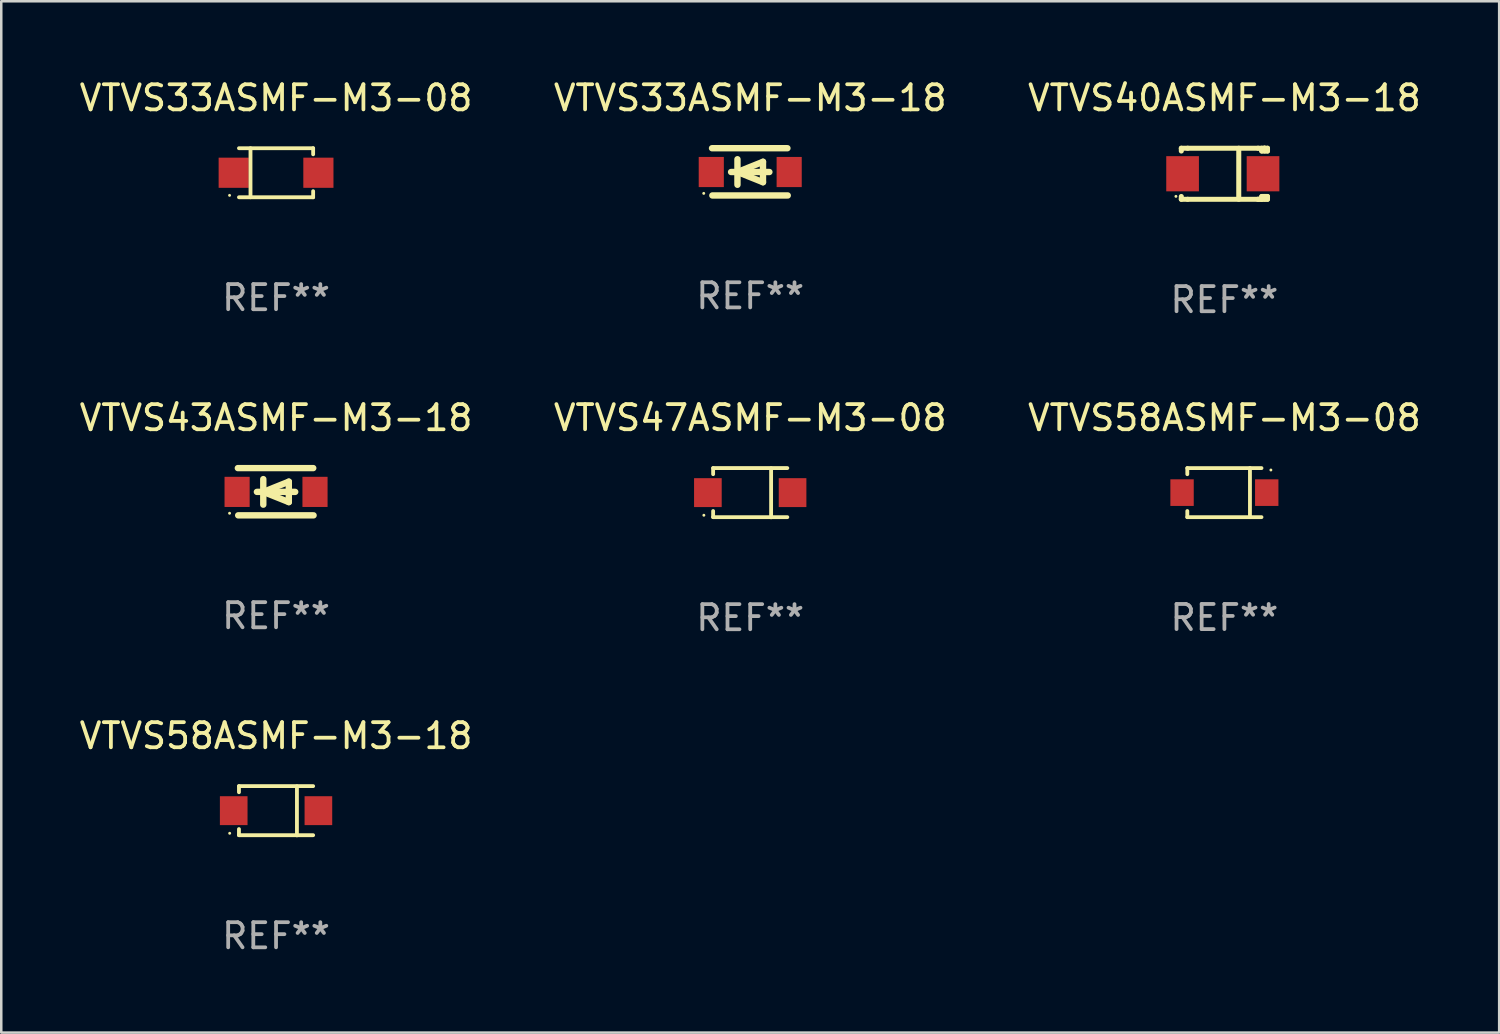
<source format=kicad_pcb>
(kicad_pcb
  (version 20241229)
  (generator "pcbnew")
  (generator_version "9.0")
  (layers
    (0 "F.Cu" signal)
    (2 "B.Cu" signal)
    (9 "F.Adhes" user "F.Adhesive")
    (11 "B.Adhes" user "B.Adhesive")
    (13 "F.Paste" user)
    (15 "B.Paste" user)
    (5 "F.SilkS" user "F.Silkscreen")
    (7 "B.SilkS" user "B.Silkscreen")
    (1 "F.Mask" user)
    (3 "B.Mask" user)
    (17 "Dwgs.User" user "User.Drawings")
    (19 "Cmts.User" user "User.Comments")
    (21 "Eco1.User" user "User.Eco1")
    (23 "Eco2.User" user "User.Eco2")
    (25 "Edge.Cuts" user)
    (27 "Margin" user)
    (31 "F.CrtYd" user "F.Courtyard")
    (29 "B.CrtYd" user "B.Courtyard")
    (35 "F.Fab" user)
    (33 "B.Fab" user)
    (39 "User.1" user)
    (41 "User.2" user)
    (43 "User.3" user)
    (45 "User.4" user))
  (footprint "VTVS58ASMF-M3-18"
    (layer "F.Cu")
    (at 7.935 29.212)
    (property "Reference" "VTVS58ASMF-M3-18" (at 0 -2.98 0) (layer "F.SilkS") (effects (font (size 1 1) (thickness 0.15))))
    (attr through_hole)
    (fp_line (start -1.476 -0.98) (end -1.476 -0.737) (stroke (width 0.152) (type solid)) (layer "F.SilkS"))
    (fp_line (start -1.476 0.973) (end -1.476 0.73) (stroke (width 0.152) (type solid)) (layer "F.SilkS"))
    (fp_line (start 0.831 0.98) (end 0.831 -0.973) (stroke (width 0.152) (type solid)) (layer "F.SilkS"))
    (fp_line (start 1.476 -0.98) (end -1.476 -0.98) (stroke (width 0.152) (type solid)) (layer "F.SilkS"))
    (fp_line (start 1.476 0.973) (end -1.476 0.973) (stroke (width 0.152) (type solid)) (layer "F.SilkS"))
    (fp_circle (center -1.845 0.897) (end -1.815 0.897) (stroke (width 0.06) (type solid)) (fill no) (layer "F.SilkS"))
    (fp_text user "REF**" (at 0 4.98 0) (layer "F.Fab") (effects (font (size 1 1) (thickness 0.15))))
    (pad "1" smd rect (at -1.685 -0.003) (size 1.1 1.15) (layers "F.Cu" "F.Mask" "F.Paste"))
    (pad "2" smd rect (at 1.685 -0.003) (size 1.1 1.15) (layers "F.Cu" "F.Mask" "F.Paste")))
  (footprint "VTVS33ASMF-M3-18"
    (layer "F.Cu")
    (at 26.804 3.788)
    (property "Reference" "VTVS33ASMF-M3-18" (at 0 -2.94 0) (layer "F.SilkS") (effects (font (size 1 1) (thickness 0.15))))
    (attr through_hole)
    (fp_line (start -1.52 -0.94) (end 1.48 -0.94) (stroke (width 0.254) (type solid)) (layer "F.SilkS"))
    (fp_line (start -1.507 0.94) (end 1.493 0.94) (stroke (width 0.254) (type solid)) (layer "F.SilkS"))
    (fp_line (start -0.762 0.007) (end 0.762 0.007) (stroke (width 0.254) (type solid)) (layer "F.SilkS"))
    (fp_line (start -0.508 -0.501) (end -0.508 0.515) (stroke (width 0.254) (type solid)) (layer "F.SilkS"))
    (fp_line (start -0.508 0.007) (end 0.508 -0.4) (stroke (width 0.254) (type solid)) (layer "F.SilkS"))
    (fp_line (start 0.508 -0.4) (end 0.508 0.413) (stroke (width 0.254) (type solid)) (layer "F.SilkS"))
    (fp_line (start 0.508 0.413) (end -0.508 0.007) (stroke (width 0.254) (type solid)) (layer "F.SilkS"))
    (fp_circle (center -1.85 0.857) (end -1.82 0.857) (stroke (width 0.06) (type solid)) (fill no) (layer "F.SilkS"))
    (fp_text user "REF**" (at 0 4.94 0) (layer "F.Fab") (effects (font (size 1 1) (thickness 0.15))))
    (pad "1" smd rect (at -1.55 0.007) (size 1 1.2) (layers "F.Cu" "F.Mask" "F.Paste"))
    (pad "2" smd rect (at 1.55 0.007) (size 1 1.2) (layers "F.Cu" "F.Mask" "F.Paste")))
  (footprint "VTVS58ASMF-M3-08"
    (layer "F.Cu")
    (at 45.673 16.553)
    (property "Reference" "VTVS58ASMF-M3-08" (at 0 -2.976 0) (layer "F.SilkS") (effects (font (size 1 1) (thickness 0.15))))
    (attr through_hole)
    (fp_line (start -1.476 -0.976) (end -1.476 -0.733) (stroke (width 0.152) (type solid)) (layer "F.SilkS"))
    (fp_line (start -1.476 0.976) (end -1.476 0.733) (stroke (width 0.152) (type solid)) (layer "F.SilkS"))
    (fp_line (start 1.017 0.976) (end 1.017 -0.976) (stroke (width 0.152) (type solid)) (layer "F.SilkS"))
    (fp_line (start 1.476 -0.976) (end -1.476 -0.976) (stroke (width 0.152) (type solid)) (layer "F.SilkS"))
    (fp_line (start 1.476 0.976) (end -1.476 0.976) (stroke (width 0.152) (type solid)) (layer "F.SilkS"))
    (fp_circle (center 1.85 -0.9) (end 1.88 -0.9) (stroke (width 0.06) (type solid)) (fill no) (layer "F.SilkS"))
    (fp_text user "REF**" (at 0 4.976 0) (layer "F.Fab") (effects (font (size 1 1) (thickness 0.15))))
    (pad "1" smd rect (at 1.685 0 180) (size 0.93 1.06) (layers "F.Cu" "F.Mask" "F.Paste"))
    (pad "2" smd rect (at -1.685 0 180) (size 0.93 1.06) (layers "F.Cu" "F.Mask" "F.Paste")))
  (footprint "VTVS47ASMF-M3-08"
    (layer "F.Cu")
    (at 26.804 16.556)
    (property "Reference" "VTVS47ASMF-M3-08" (at 0 -2.98 0) (layer "F.SilkS") (effects (font (size 1 1) (thickness 0.15))))
    (attr through_hole)
    (fp_line (start -1.476 -0.98) (end -1.476 -0.737) (stroke (width 0.152) (type solid)) (layer "F.SilkS"))
    (fp_line (start -1.476 0.973) (end -1.476 0.73) (stroke (width 0.152) (type solid)) (layer "F.SilkS"))
    (fp_line (start 0.831 0.98) (end 0.831 -0.973) (stroke (width 0.152) (type solid)) (layer "F.SilkS"))
    (fp_line (start 1.476 -0.98) (end -1.476 -0.98) (stroke (width 0.152) (type solid)) (layer "F.SilkS"))
    (fp_line (start 1.476 0.973) (end -1.476 0.973) (stroke (width 0.152) (type solid)) (layer "F.SilkS"))
    (fp_circle (center -1.845 0.897) (end -1.815 0.897) (stroke (width 0.06) (type solid)) (fill no) (layer "F.SilkS"))
    (fp_text user "REF**" (at 0 4.98 0) (layer "F.Fab") (effects (font (size 1 1) (thickness 0.15))))
    (pad "1" smd rect (at -1.685 -0.003) (size 1.1 1.15) (layers "F.Cu" "F.Mask" "F.Paste"))
    (pad "2" smd rect (at 1.685 -0.003) (size 1.1 1.15) (layers "F.Cu" "F.Mask" "F.Paste")))
  (footprint "VTVS40ASMF-M3-18"
    (layer "F.Cu")
    (at 45.673 3.864)
    (property "Reference" "VTVS40ASMF-M3-18" (at 0 -3.016 0) (layer "F.SilkS") (effects (font (size 1 1) (thickness 0.15))))
    (attr through_hole)
    (fp_line (start -1.715 -1.016) (end -1.715 -0.904) (stroke (width 0.2) (type solid)) (layer "F.SilkS"))
    (fp_line (start -1.715 0.904) (end -1.715 1.016) (stroke (width 0.2) (type solid)) (layer "F.SilkS"))
    (fp_line (start -1.715 1.016) (end -1.461 1.016) (stroke (width 0.2) (type solid)) (layer "F.SilkS"))
    (fp_line (start -1.461 -1.016) (end -1.715 -1.016) (stroke (width 0.2) (type solid)) (layer "F.SilkS"))
    (fp_line (start -1.461 -1.016) (end 1.339 -1.016) (stroke (width 0.2) (type solid)) (layer "F.SilkS"))
    (fp_line (start -1.461 1.016) (end 1.339 1.016) (stroke (width 0.2) (type solid)) (layer "F.SilkS"))
    (fp_line (start 0.572 -1.016) (end 0.571 1.016) (stroke (width 0.2) (type solid)) (layer "F.SilkS"))
    (fp_line (start 1.339 -1.016) (end 1.588 -1.016) (stroke (width 0.2) (type solid)) (layer "F.SilkS"))
    (fp_line (start 1.339 1.016) (end 1.486 1.016) (stroke (width 0.2) (type solid)) (layer "F.SilkS"))
    (fp_line (start 1.486 -0.904) (end 1.486 -1.016) (stroke (width 0.2) (type solid)) (layer "F.SilkS"))
    (fp_line (start 1.486 1.016) (end 1.486 0.904) (stroke (width 0.2) (type solid)) (layer "F.SilkS"))
    (fp_line (start 1.588 -1.016) (end 1.603 -1.016) (stroke (width 0.2) (type solid)) (layer "F.SilkS"))
    (fp_line (start 1.588 -1.016) (end 1.715 -1.016) (stroke (width 0.2) (type solid)) (layer "F.SilkS"))
    (fp_line (start 1.603 -1.016) (end 1.603 -0.904) (stroke (width 0.2) (type solid)) (layer "F.SilkS"))
    (fp_line (start 1.603 0.904) (end 1.603 1.016) (stroke (width 0.2) (type solid)) (layer "F.SilkS"))
    (fp_line (start 1.715 -1.016) (end 1.715 -0.904) (stroke (width 0.2) (type solid)) (layer "F.SilkS"))
    (fp_line (start 1.715 -0.904) (end 1.486 -0.904) (stroke (width 0.2) (type solid)) (layer "F.SilkS"))
    (fp_line (start 1.715 0.904) (end 1.486 0.904) (stroke (width 0.2) (type solid)) (layer "F.SilkS"))
    (fp_line (start 1.715 0.904) (end 1.715 1.016) (stroke (width 0.2) (type solid)) (layer "F.SilkS"))
    (fp_line (start 1.715 1.016) (end 1.339 1.016) (stroke (width 0.2) (type solid)) (layer "F.SilkS"))
    (fp_circle (center -1.929 0.9) (end -1.899 0.9) (stroke (width 0.06) (type solid)) (fill no) (layer "F.SilkS"))
    (fp_text user "REF**" (at 0 5.016 0) (layer "F.Fab") (effects (font (size 1 1) (thickness 0.15))))
    (pad "1" smd rect (at -1.664 0) (size 1.3 1.4) (layers "F.Cu" "F.Mask" "F.Paste"))
    (pad "2" smd rect (at 1.537 0) (size 1.3 1.4) (layers "F.Cu" "F.Mask" "F.Paste")))
  (footprint "VTVS33ASMF-M3-08"
    (layer "F.Cu")
    (at 7.935 3.824)
    (property "Reference" "VTVS33ASMF-M3-08" (at 0 -2.976 0) (layer "F.SilkS") (effects (font (size 1 1) (thickness 0.15))))
    (attr through_hole)
    (fp_line (start -1.476 -0.976) (end 1.476 -0.976) (stroke (width 0.152) (type solid)) (layer "F.SilkS"))
    (fp_line (start -1.476 0.976) (end 1.476 0.976) (stroke (width 0.152) (type solid)) (layer "F.SilkS"))
    (fp_line (start -1.017 -0.976) (end -1.017 0.976) (stroke (width 0.152) (type solid)) (layer "F.SilkS"))
    (fp_line (start 1.476 -0.976) (end 1.476 -0.733) (stroke (width 0.152) (type solid)) (layer "F.SilkS"))
    (fp_line (start 1.476 0.976) (end 1.476 0.733) (stroke (width 0.152) (type solid)) (layer "F.SilkS"))
    (fp_circle (center -1.85 0.9) (end -1.82 0.9) (stroke (width 0.06) (type solid)) (fill no) (layer "F.SilkS"))
    (fp_text user "REF**" (at 0 4.976 0) (layer "F.Fab") (effects (font (size 1 1) (thickness 0.15))))
    (pad "1" smd rect (at -1.685 0) (size 1.2 1.2) (layers "F.Cu" "F.Mask" "F.Paste"))
    (pad "2" smd rect (at 1.685 0) (size 1.2 1.2) (layers "F.Cu" "F.Mask" "F.Paste")))
  (footprint "VTVS43ASMF-M3-18"
    (layer "F.Cu")
    (at 7.935 16.517)
    (property "Reference" "VTVS43ASMF-M3-18" (at 0 -2.94 0) (layer "F.SilkS") (effects (font (size 1 1) (thickness 0.15))))
    (attr through_hole)
    (fp_line (start -1.52 -0.94) (end 1.48 -0.94) (stroke (width 0.254) (type solid)) (layer "F.SilkS"))
    (fp_line (start -1.507 0.94) (end 1.493 0.94) (stroke (width 0.254) (type solid)) (layer "F.SilkS"))
    (fp_line (start -0.762 0.007) (end 0.762 0.007) (stroke (width 0.254) (type solid)) (layer "F.SilkS"))
    (fp_line (start -0.508 -0.501) (end -0.508 0.515) (stroke (width 0.254) (type solid)) (layer "F.SilkS"))
    (fp_line (start -0.508 0.007) (end 0.508 -0.4) (stroke (width 0.254) (type solid)) (layer "F.SilkS"))
    (fp_line (start 0.508 -0.4) (end 0.508 0.413) (stroke (width 0.254) (type solid)) (layer "F.SilkS"))
    (fp_line (start 0.508 0.413) (end -0.508 0.007) (stroke (width 0.254) (type solid)) (layer "F.SilkS"))
    (fp_circle (center -1.85 0.857) (end -1.82 0.857) (stroke (width 0.06) (type solid)) (fill no) (layer "F.SilkS"))
    (fp_text user "REF**" (at 0 4.94 0) (layer "F.Fab") (effects (font (size 1 1) (thickness 0.15))))
    (pad "1" smd rect (at -1.55 0.007) (size 1 1.2) (layers "F.Cu" "F.Mask" "F.Paste"))
    (pad "2" smd rect (at 1.55 0.007) (size 1 1.2) (layers "F.Cu" "F.Mask" "F.Paste")))
  (gr_rect
    (start -3 -3)
    (end 56.607 38.04)
    (stroke (width 0.1) (type default))
    (fill no)
    (layer "Edge.Cuts")))
</source>
